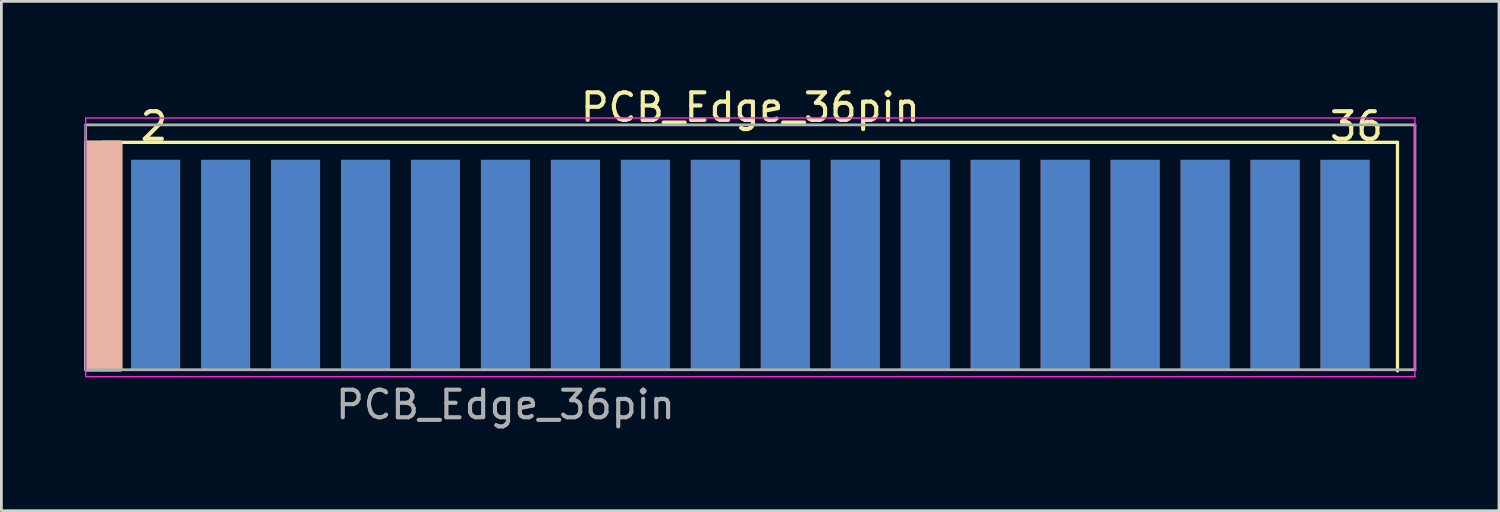
<source format=kicad_pcb>
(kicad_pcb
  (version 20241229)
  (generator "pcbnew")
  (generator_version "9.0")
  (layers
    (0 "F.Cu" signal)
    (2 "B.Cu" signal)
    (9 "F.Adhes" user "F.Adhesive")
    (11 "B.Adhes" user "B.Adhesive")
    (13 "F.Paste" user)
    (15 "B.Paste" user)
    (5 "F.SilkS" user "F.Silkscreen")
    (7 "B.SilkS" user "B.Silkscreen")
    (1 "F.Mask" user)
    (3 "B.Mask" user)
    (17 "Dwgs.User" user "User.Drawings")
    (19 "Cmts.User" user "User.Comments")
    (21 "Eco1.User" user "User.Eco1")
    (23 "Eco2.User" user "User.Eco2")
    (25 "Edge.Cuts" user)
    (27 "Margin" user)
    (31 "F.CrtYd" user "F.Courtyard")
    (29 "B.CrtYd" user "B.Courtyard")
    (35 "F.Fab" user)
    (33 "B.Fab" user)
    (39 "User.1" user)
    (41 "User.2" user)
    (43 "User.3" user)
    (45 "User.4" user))
  (footprint "PCB_Edge_36pin"
    (layer "F.Cu")
    (at 24.19 0.848)
    (property "Reference" "PCB_Edge_36pin" (at 0 0 0) (layer "F.SilkS") (effects (font (size 1 1) (thickness 0.15))))
    (attr exclude_from_pos_files)
    (fp_line (start -23.495 1.27) (end -23.495 8.89) (stroke (width 0.12) (type default)) (layer "F.SilkS"))
    (fp_line (start -23.495 8.89) (end -23.495 9.525) (stroke (width 0.12) (type default)) (layer "F.SilkS"))
    (fp_line (start 23.495 1.27) (end -23.495 1.27) (stroke (width 0.12) (type default)) (layer "F.SilkS"))
    (fp_line (start 23.495 9.565) (end 23.495 1.27) (stroke (width 0.12) (type solid)) (layer "F.SilkS"))
    (fp_rect (start -24.13 1.27) (end -22.86 9.525) (stroke (width 0.12) (type solid)) (fill yes) (layer "F.SilkS"))
    (fp_rect (start -24.13 1.27) (end -22.86 9.525) (stroke (width 0.12) (type solid)) (fill yes) (layer "B.SilkS"))
    (fp_line (start -24.13 0.385) (end -24.13 9.775) (stroke (width 0.05) (type solid)) (layer "F.CrtYd"))
    (fp_line (start -24.13 0.385) (end 24.13 0.385) (stroke (width 0.05) (type solid)) (layer "F.CrtYd"))
    (fp_line (start 24.13 9.775) (end -24.13 9.775) (stroke (width 0.05) (type solid)) (layer "F.CrtYd"))
    (fp_line (start 24.13 9.775) (end 24.13 0.385) (stroke (width 0.05) (type solid)) (layer "F.CrtYd"))
    (fp_line (start -24.13 0.635) (end 24.13 0.635) (stroke (width 0.1) (type solid)) (layer "F.Fab"))
    (fp_line (start -24.13 9.525) (end -24.13 0.635) (stroke (width 0.1) (type solid)) (layer "F.Fab"))
    (fp_line (start 24.13 0.635) (end 24.13 9.525) (stroke (width 0.1) (type solid)) (layer "F.Fab"))
    (fp_line (start 24.13 9.525) (end -24.13 9.525) (stroke (width 0.1) (type solid)) (layer "F.Fab"))
    (fp_text user "2" (at -22.225 1.27 0) (unlocked yes) (layer "F.SilkS") (effects (font (size 1 1) (thickness 0.15)) (justify left bottom)))
    (fp_text user "36" (at 20.955 1.27 0) (unlocked yes) (layer "F.SilkS") (effects (font (size 1 1) (thickness 0.15)) (justify left bottom)))
    (fp_text user "${REFERENCE}" (at -8.89 10.795 0) (layer "F.Fab") (effects (font (size 1 1) (thickness 0.15))))
    (pad "1" connect rect (at -21.59 5.715) (size 1.78 7.62) (layers "B.Cu" "B.Mask"))
    (pad "2" connect rect (at -21.59 5.715) (size 1.78 7.62) (layers "F.Cu" "F.Mask"))
    (pad "3" connect rect (at -19.05 5.715) (size 1.78 7.62) (layers "B.Cu" "B.Mask"))
    (pad "4" connect rect (at -19.05 5.715) (size 1.78 7.62) (layers "F.Cu" "F.Mask"))
    (pad "5" connect rect (at -16.51 5.715) (size 1.78 7.62) (layers "B.Cu" "B.Mask"))
    (pad "6" connect rect (at -16.51 5.715) (size 1.78 7.62) (layers "F.Cu" "F.Mask"))
    (pad "7" connect rect (at -13.97 5.715) (size 1.78 7.62) (layers "B.Cu" "B.Mask"))
    (pad "8" connect rect (at -13.97 5.715) (size 1.78 7.62) (layers "F.Cu" "F.Mask"))
    (pad "9" connect rect (at -11.43 5.715) (size 1.78 7.62) (layers "B.Cu" "B.Mask"))
    (pad "10" connect rect (at -11.43 5.715) (size 1.78 7.62) (layers "F.Cu" "F.Mask"))
    (pad "11" connect rect (at -8.89 5.715) (size 1.78 7.62) (layers "B.Cu" "B.Mask"))
    (pad "12" connect rect (at -8.89 5.715) (size 1.78 7.62) (layers "F.Cu" "F.Mask"))
    (pad "13" connect rect (at -6.35 5.715) (size 1.78 7.62) (layers "B.Cu" "B.Mask"))
    (pad "14" connect rect (at -6.35 5.715) (size 1.78 7.62) (layers "F.Cu" "F.Mask"))
    (pad "15" connect rect (at -3.81 5.715) (size 1.78 7.62) (layers "B.Cu" "B.Mask"))
    (pad "16" connect rect (at -3.81 5.715) (size 1.78 7.62) (layers "F.Cu" "F.Mask"))
    (pad "17" connect rect (at -1.27 5.715) (size 1.78 7.62) (layers "B.Cu" "B.Mask"))
    (pad "18" connect rect (at -1.27 5.715) (size 1.78 7.62) (layers "F.Cu" "F.Mask"))
    (pad "19" connect rect (at 1.27 5.715) (size 1.78 7.62) (layers "B.Cu" "B.Mask"))
    (pad "20" connect rect (at 1.27 5.715) (size 1.78 7.62) (layers "F.Cu" "F.Mask"))
    (pad "21" connect rect (at 3.81 5.715) (size 1.78 7.62) (layers "B.Cu" "B.Mask"))
    (pad "22" connect rect (at 3.81 5.715) (size 1.78 7.62) (layers "F.Cu" "F.Mask"))
    (pad "23" connect rect (at 6.35 5.715) (size 1.78 7.62) (layers "B.Cu" "B.Mask"))
    (pad "24" connect rect (at 6.35 5.715) (size 1.78 7.62) (layers "F.Cu" "F.Mask"))
    (pad "25" connect rect (at 8.89 5.715) (size 1.78 7.62) (layers "B.Cu" "B.Mask"))
    (pad "26" connect rect (at 8.89 5.715) (size 1.78 7.62) (layers "F.Cu" "F.Mask"))
    (pad "27" connect rect (at 11.43 5.715) (size 1.78 7.62) (layers "B.Cu" "B.Mask"))
    (pad "28" connect rect (at 11.43 5.715) (size 1.78 7.62) (layers "F.Cu" "F.Mask"))
    (pad "29" connect rect (at 13.97 5.715) (size 1.78 7.62) (layers "B.Cu" "B.Mask"))
    (pad "30" connect rect (at 13.97 5.715) (size 1.78 7.62) (layers "F.Cu" "F.Mask"))
    (pad "31" connect rect (at 16.51 5.715) (size 1.78 7.62) (layers "B.Cu" "B.Mask"))
    (pad "32" connect rect (at 16.51 5.715) (size 1.78 7.62) (layers "F.Cu" "F.Mask"))
    (pad "33" connect rect (at 19.05 5.715) (size 1.78 7.62) (layers "B.Cu" "B.Mask"))
    (pad "34" connect rect (at 19.05 5.715) (size 1.78 7.62) (layers "F.Cu" "F.Mask"))
    (pad "35" connect rect (at 21.59 5.715) (size 1.78 7.62) (layers "B.Cu" "B.Mask"))
    (pad "36" connect rect (at 21.59 5.715) (size 1.78 7.62) (layers "F.Cu" "F.Mask")))
  (gr_rect
    (start -3 -3)
    (end 51.37 15.492)
    (stroke (width 0.1) (type default))
    (fill no)
    (layer "Edge.Cuts")))
</source>
